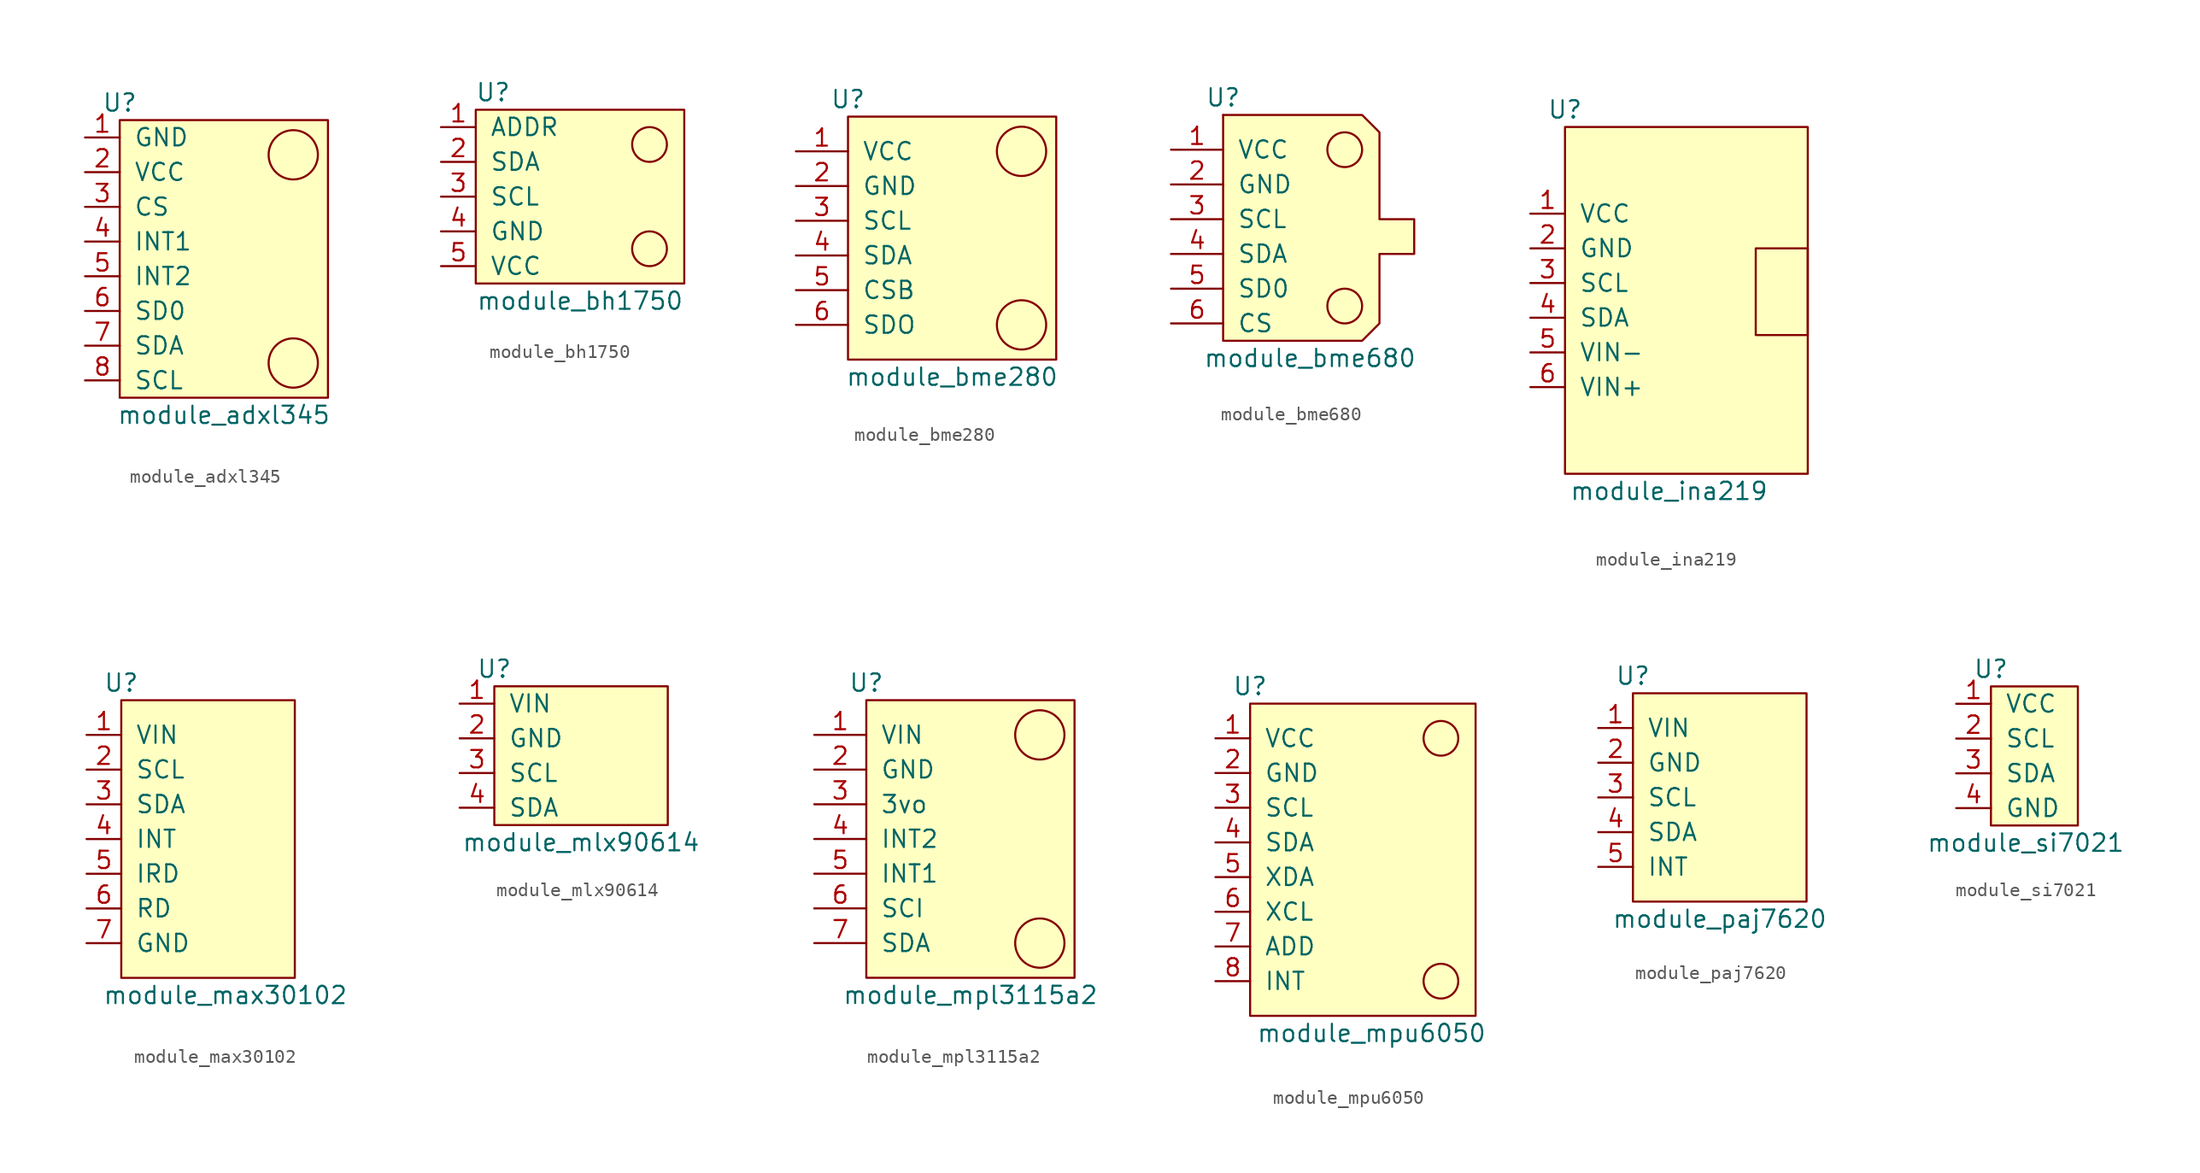
<source format=kicad_sym>
(kicad_symbol_lib
  (version 20231120)
  (generator "kicad_symbol_editor")
  (generator_version "8.0")
  (symbol "module_adxl345"
    (pin_names
      (offset 1.016))
    (property "Reference" "U"
      (at 2.54 13.97 0)
      (effects (font (size 1.27 1.27))))
    (property "Value" "module_adxl345"
      (at 10.16 -8.89 0)
      (effects (font (size 1.27 1.27))))
    (symbol "module_adxl345_0_1"
      (rectangle (start 2.54 12.7) (end 17.78 -7.62) (stroke (width 0) (type default)) (fill (type background)))
      (circle (center 15.24 -5.08) (radius 1.803) (stroke (width 0) (type default)) (fill (type none)))
      (circle (center 15.24 10.16) (radius 1.803) (stroke (width 0) (type default)) (fill (type none))))
    (symbol "module_adxl345_1_1"
      (pin input line (at 0 11.43 0) (length 2.54) (name "GND" (effects (font (size 1.27 1.27)))) (number "1" (effects (font (size 1.27 1.27)))))
      (pin input line (at 0 8.89 0) (length 2.54) (name "VCC" (effects (font (size 1.27 1.27)))) (number "2" (effects (font (size 1.27 1.27)))))
      (pin input line (at 0 6.35 0) (length 2.54) (name "CS" (effects (font (size 1.27 1.27)))) (number "3" (effects (font (size 1.27 1.27)))))
      (pin input line (at 0 3.81 0) (length 2.54) (name "INT1" (effects (font (size 1.27 1.27)))) (number "4" (effects (font (size 1.27 1.27)))))
      (pin input line (at 0 1.27 0) (length 2.54) (name "INT2" (effects (font (size 1.27 1.27)))) (number "5" (effects (font (size 1.27 1.27)))))
      (pin input line (at 0 -1.27 0) (length 2.54) (name "SD0" (effects (font (size 1.27 1.27)))) (number "6" (effects (font (size 1.27 1.27)))))
      (pin input line (at 0 -3.81 0) (length 2.54) (name "SDA" (effects (font (size 1.27 1.27)))) (number "7" (effects (font (size 1.27 1.27)))))
      (pin input line (at 0 -6.35 0) (length 2.54) (name "SCL" (effects (font (size 1.27 1.27)))) (number "8" (effects (font (size 1.27 1.27)))))))
  (symbol "module_bh1750"
    (pin_names
      (offset 1.016))
    (property "Reference" "U"
      (at 3.81 10.16 0)
      (effects (font (size 1.27 1.27))))
    (property "Value" "module_bh1750"
      (at 10.16 -5.08 0)
      (effects (font (size 1.27 1.27))))
    (symbol "module_bh1750_0_1"
      (rectangle (start 2.54 8.89) (end 17.78 -3.81) (stroke (width 0) (type default)) (fill (type background)))
      (circle (center 15.24 -1.27) (radius 1.27) (stroke (width 0) (type default)) (fill (type none)))
      (circle (center 15.24 6.35) (radius 1.27) (stroke (width 0) (type default)) (fill (type none))))
    (symbol "module_bh1750_1_1"
      (pin input line (at 0 7.62 0) (length 2.54) (name "ADDR" (effects (font (size 1.27 1.27)))) (number "1" (effects (font (size 1.27 1.27)))))
      (pin input line (at 0 5.08 0) (length 2.54) (name "SDA" (effects (font (size 1.27 1.27)))) (number "2" (effects (font (size 1.27 1.27)))))
      (pin input line (at 0 2.54 0) (length 2.54) (name "SCL" (effects (font (size 1.27 1.27)))) (number "3" (effects (font (size 1.27 1.27)))))
      (pin input line (at 0 0 0) (length 2.54) (name "GND" (effects (font (size 1.27 1.27)))) (number "4" (effects (font (size 1.27 1.27)))))
      (pin input line (at 0 -2.54 0) (length 2.54) (name "VCC" (effects (font (size 1.27 1.27)))) (number "5" (effects (font (size 1.27 1.27)))))))
  (symbol "module_bme280"
    (pin_names
      (offset 1.016))
    (property "Reference" "U"
      (at 3.81 11.43 0)
      (effects (font (size 1.27 1.27))))
    (property "Value" "module_bme280"
      (at 11.43 -8.89 0)
      (effects (font (size 1.27 1.27))))
    (symbol "module_bme280_0_1"
      (rectangle (start 3.81 -7.62) (end 19.05 10.16) (stroke (width 0) (type default)) (fill (type background)))
      (circle (center 16.51 -5.08) (radius 1.803) (stroke (width 0) (type default)) (fill (type none)))
      (circle (center 16.51 7.62) (radius 1.803) (stroke (width 0) (type default)) (fill (type none))))
    (symbol "module_bme280_1_1"
      (pin passive line (at 0 7.62 0) (length 3.81) (name "VCC" (effects (font (size 1.27 1.27)))) (number "1" (effects (font (size 1.27 1.27)))))
      (pin passive line (at 0 5.08 0) (length 3.81) (name "GND" (effects (font (size 1.27 1.27)))) (number "2" (effects (font (size 1.27 1.27)))))
      (pin passive line (at 0 2.54 0) (length 3.81) (name "SCL" (effects (font (size 1.27 1.27)))) (number "3" (effects (font (size 1.27 1.27)))))
      (pin passive line (at 0 0 0) (length 3.81) (name "SDA" (effects (font (size 1.27 1.27)))) (number "4" (effects (font (size 1.27 1.27)))))
      (pin passive line (at 0 -2.54 0) (length 3.81) (name "CSB" (effects (font (size 1.27 1.27)))) (number "5" (effects (font (size 1.27 1.27)))))
      (pin passive line (at 0 -5.08 0) (length 3.81) (name "SDO" (effects (font (size 1.27 1.27)))) (number "6" (effects (font (size 1.27 1.27)))))))
  (symbol "module_bme680"
    (pin_names
      (offset 1.016))
    (property "Reference" "U"
      (at 1.27 17.78 0)
      (effects (font (size 1.27 1.27))))
    (property "Value" "module_bme680"
      (at 7.62 -1.27 0)
      (effects (font (size 1.27 1.27))))
    (symbol "module_bme680_0_1"
      (polyline (pts (xy 1.27 16.51) (xy 1.27 16.51)) (stroke (width 0) (type default)) (fill (type none)))
      (polyline (pts (xy 1.27 13.97) (xy 1.27 16.51) (xy 11.43 16.51) (xy 12.7 15.24) (xy 12.7 8.89) (xy 15.24 8.89) (xy 15.24 6.35) (xy 12.7 6.35) (xy 12.7 1.27) (xy 11.43 0) (xy 1.27 0) (xy 1.27 13.97) (xy 1.27 16.51)) (stroke (width 0) (type default)) (fill (type background)))
      (circle (center 10.16 2.54) (radius 1.27) (stroke (width 0) (type default)) (fill (type none)))
      (circle (center 10.16 13.97) (radius 1.27) (stroke (width 0) (type default)) (fill (type none))))
    (symbol "module_bme680_1_1"
      (pin passive line (at -2.54 13.97 0) (length 3.81) (name "VCC" (effects (font (size 1.27 1.27)))) (number "1" (effects (font (size 1.27 1.27)))))
      (pin passive line (at -2.54 11.43 0) (length 3.81) (name "GND" (effects (font (size 1.27 1.27)))) (number "2" (effects (font (size 1.27 1.27)))))
      (pin passive line (at -2.54 8.89 0) (length 3.81) (name "SCL" (effects (font (size 1.27 1.27)))) (number "3" (effects (font (size 1.27 1.27)))))
      (pin passive line (at -2.54 6.35 0) (length 3.81) (name "SDA" (effects (font (size 1.27 1.27)))) (number "4" (effects (font (size 1.27 1.27)))))
      (pin passive line (at -2.54 3.81 0) (length 3.81) (name "SD0" (effects (font (size 1.27 1.27)))) (number "5" (effects (font (size 1.27 1.27)))))
      (pin passive line (at -2.54 1.27 0) (length 3.81) (name "CS" (effects (font (size 1.27 1.27)))) (number "6" (effects (font (size 1.27 1.27)))))))
  (symbol "module_ina219"
    (pin_names
      (offset 1.016))
    (property "Reference" "U"
      (at 2.54 12.7 0)
      (effects (font (size 1.27 1.27))))
    (property "Value" "module_ina219"
      (at 10.16 -15.24 0)
      (effects (font (size 1.27 1.27))))
    (symbol "module_ina219_0_1"
      (rectangle (start 2.54 11.43) (end 20.32 -13.97) (stroke (width 0) (type default)) (fill (type background)))
      (rectangle (start 20.32 2.54) (end 16.51 -3.81) (stroke (width 0) (type default)) (fill (type none))))
    (symbol "module_ina219_1_1"
      (pin input line (at 0 5.08 0) (length 2.54) (name "VCC" (effects (font (size 1.27 1.27)))) (number "1" (effects (font (size 1.27 1.27)))))
      (pin input line (at 0 2.54 0) (length 2.54) (name "GND" (effects (font (size 1.27 1.27)))) (number "2" (effects (font (size 1.27 1.27)))))
      (pin input line (at 0 0 0) (length 2.54) (name "SCL" (effects (font (size 1.27 1.27)))) (number "3" (effects (font (size 1.27 1.27)))))
      (pin input line (at 0 -2.54 0) (length 2.54) (name "SDA" (effects (font (size 1.27 1.27)))) (number "4" (effects (font (size 1.27 1.27)))))
      (pin input line (at 0 -5.08 0) (length 2.54) (name "VIN-" (effects (font (size 1.27 1.27)))) (number "5" (effects (font (size 1.27 1.27)))))
      (pin input line (at 0 -7.62 0) (length 2.54) (name "VIN+" (effects (font (size 1.27 1.27)))) (number "6" (effects (font (size 1.27 1.27)))))))
  (symbol "module_max30102"
    (pin_names
      (offset 1.016))
    (property "Reference" "U"
      (at 2.54 12.7 0)
      (effects (font (size 1.27 1.27))))
    (property "Value" "module_max30102"
      (at 10.16 -10.16 0)
      (effects (font (size 1.27 1.27))))
    (symbol "module_max30102_0_1"
      (rectangle (start 2.54 11.43) (end 15.24 -8.89) (stroke (width 0) (type default)) (fill (type background))))
    (symbol "module_max30102_1_1"
      (pin input line (at 0 8.89 0) (length 2.54) (name "VIN" (effects (font (size 1.27 1.27)))) (number "1" (effects (font (size 1.27 1.27)))))
      (pin input line (at 0 6.35 0) (length 2.54) (name "SCL" (effects (font (size 1.27 1.27)))) (number "2" (effects (font (size 1.27 1.27)))))
      (pin input line (at 0 3.81 0) (length 2.54) (name "SDA" (effects (font (size 1.27 1.27)))) (number "3" (effects (font (size 1.27 1.27)))))
      (pin input line (at 0 1.27 0) (length 2.54) (name "INT" (effects (font (size 1.27 1.27)))) (number "4" (effects (font (size 1.27 1.27)))))
      (pin input line (at 0 -1.27 0) (length 2.54) (name "IRD" (effects (font (size 1.27 1.27)))) (number "5" (effects (font (size 1.27 1.27)))))
      (pin input line (at 0 -3.81 0) (length 2.54) (name "RD" (effects (font (size 1.27 1.27)))) (number "6" (effects (font (size 1.27 1.27)))))
      (pin input line (at 0 -6.35 0) (length 2.54) (name "GND" (effects (font (size 1.27 1.27)))) (number "7" (effects (font (size 1.27 1.27)))))))
  (symbol "module_mlx90614"
    (pin_names
      (offset 1.016))
    (property "Reference" "U"
      (at 2.54 11.43 0)
      (effects (font (size 1.27 1.27))))
    (property "Value" "module_mlx90614"
      (at 8.89 -1.27 0)
      (effects (font (size 1.27 1.27))))
    (symbol "module_mlx90614_0_1"
      (rectangle (start 2.54 10.16) (end 15.24 0) (stroke (width 0) (type default)) (fill (type background))))
    (symbol "module_mlx90614_1_1"
      (pin input line (at 0 8.89 0) (length 2.54) (name "VIN" (effects (font (size 1.27 1.27)))) (number "1" (effects (font (size 1.27 1.27)))))
      (pin input line (at 0 6.35 0) (length 2.54) (name "GND" (effects (font (size 1.27 1.27)))) (number "2" (effects (font (size 1.27 1.27)))))
      (pin input line (at 0 3.81 0) (length 2.54) (name "SCL" (effects (font (size 1.27 1.27)))) (number "3" (effects (font (size 1.27 1.27)))))
      (pin input line (at 0 1.27 0) (length 2.54) (name "SDA" (effects (font (size 1.27 1.27)))) (number "4" (effects (font (size 1.27 1.27)))))))
  (symbol "module_mpl3115a2"
    (pin_names
      (offset 1.016))
    (property "Reference" "U"
      (at 3.81 12.7 0)
      (effects (font (size 1.27 1.27))))
    (property "Value" "module_mpl3115a2"
      (at 11.43 -10.16 0)
      (effects (font (size 1.27 1.27))))
    (symbol "module_mpl3115a2_0_1"
      (rectangle (start 3.81 11.43) (end 19.05 -8.89) (stroke (width 0) (type default)) (fill (type background)))
      (circle (center 16.51 -6.35) (radius 1.803) (stroke (width 0) (type default)) (fill (type none)))
      (circle (center 16.51 8.89) (radius 1.803) (stroke (width 0) (type default)) (fill (type none))))
    (symbol "module_mpl3115a2_1_1"
      (pin passive line (at 0 8.89 0) (length 3.81) (name "VIN" (effects (font (size 1.27 1.27)))) (number "1" (effects (font (size 1.27 1.27)))))
      (pin passive line (at 0 6.35 0) (length 3.81) (name "GND" (effects (font (size 1.27 1.27)))) (number "2" (effects (font (size 1.27 1.27)))))
      (pin passive line (at 0 3.81 0) (length 3.81) (name "3vo" (effects (font (size 1.27 1.27)))) (number "3" (effects (font (size 1.27 1.27)))))
      (pin passive line (at 0 1.27 0) (length 3.81) (name "INT2" (effects (font (size 1.27 1.27)))) (number "4" (effects (font (size 1.27 1.27)))))
      (pin passive line (at 0 -1.27 0) (length 3.81) (name "INT1" (effects (font (size 1.27 1.27)))) (number "5" (effects (font (size 1.27 1.27)))))
      (pin passive line (at 0 -3.81 0) (length 3.81) (name "SCI" (effects (font (size 1.27 1.27)))) (number "6" (effects (font (size 1.27 1.27)))))
      (pin passive line (at 0 -6.35 0) (length 3.81) (name "SDA" (effects (font (size 1.27 1.27)))) (number "7" (effects (font (size 1.27 1.27)))))))
  (symbol "module_mpu6050"
    (pin_names
      (offset 1.016))
    (property "Reference" "U"
      (at 2.54 21.59 0)
      (effects (font (size 1.27 1.27))))
    (property "Value" "module_mpu6050"
      (at 11.43 -3.81 0)
      (effects (font (size 1.27 1.27))))
    (symbol "module_mpu6050_0_1"
      (rectangle (start 2.54 20.32) (end 19.05 -2.54) (stroke (width 0) (type default)) (fill (type background)))
      (circle (center 16.51 0) (radius 1.27) (stroke (width 0) (type default)) (fill (type none)))
      (circle (center 16.51 17.78) (radius 1.27) (stroke (width 0) (type default)) (fill (type none))))
    (symbol "module_mpu6050_1_1"
      (pin input line (at 0 17.78 0) (length 2.54) (name "VCC" (effects (font (size 1.27 1.27)))) (number "1" (effects (font (size 1.27 1.27)))))
      (pin input line (at 0 15.24 0) (length 2.54) (name "GND" (effects (font (size 1.27 1.27)))) (number "2" (effects (font (size 1.27 1.27)))))
      (pin input line (at 0 12.7 0) (length 2.54) (name "SCL" (effects (font (size 1.27 1.27)))) (number "3" (effects (font (size 1.27 1.27)))))
      (pin input line (at 0 10.16 0) (length 2.54) (name "SDA" (effects (font (size 1.27 1.27)))) (number "4" (effects (font (size 1.27 1.27)))))
      (pin input line (at 0 7.62 0) (length 2.54) (name "XDA" (effects (font (size 1.27 1.27)))) (number "5" (effects (font (size 1.27 1.27)))))
      (pin input line (at 0 5.08 0) (length 2.54) (name "XCL" (effects (font (size 1.27 1.27)))) (number "6" (effects (font (size 1.27 1.27)))))
      (pin input line (at 0 2.54 0) (length 2.54) (name "ADD" (effects (font (size 1.27 1.27)))) (number "7" (effects (font (size 1.27 1.27)))))
      (pin input line (at 0 0 0) (length 2.54) (name "INT" (effects (font (size 1.27 1.27)))) (number "8" (effects (font (size 1.27 1.27)))))))
  (symbol "module_paj7620"
    (pin_names
      (offset 1.016))
    (property "Reference" "U"
      (at 2.54 13.97 0)
      (effects (font (size 1.27 1.27))))
    (property "Value" "module_paj7620"
      (at 8.89 -3.81 0)
      (effects (font (size 1.27 1.27))))
    (symbol "module_paj7620_0_1"
      (rectangle (start 2.54 12.7) (end 15.24 -2.54) (stroke (width 0) (type default)) (fill (type background))))
    (symbol "module_paj7620_1_1"
      (pin input line (at 0 10.16 0) (length 2.54) (name "VIN" (effects (font (size 1.27 1.27)))) (number "1" (effects (font (size 1.27 1.27)))))
      (pin input line (at 0 7.62 0) (length 2.54) (name "GND" (effects (font (size 1.27 1.27)))) (number "2" (effects (font (size 1.27 1.27)))))
      (pin input line (at 0 5.08 0) (length 2.54) (name "SCL" (effects (font (size 1.27 1.27)))) (number "3" (effects (font (size 1.27 1.27)))))
      (pin input line (at 0 2.54 0) (length 2.54) (name "SDA" (effects (font (size 1.27 1.27)))) (number "4" (effects (font (size 1.27 1.27)))))
      (pin input line (at 0 0 0) (length 2.54) (name "INT" (effects (font (size 1.27 1.27)))) (number "5" (effects (font (size 1.27 1.27)))))))
  (symbol "module_si7021"
    (pin_names
      (offset 1.016))
    (property "Reference" "U"
      (at 2.54 13.97 0)
      (effects (font (size 1.27 1.27))))
    (property "Value" "module_si7021"
      (at 5.08 1.27 0)
      (effects (font (size 1.27 1.27))))
    (symbol "module_si7021_0_1"
      (rectangle (start 2.54 12.7) (end 8.89 2.54) (stroke (width 0) (type default)) (fill (type background))))
    (symbol "module_si7021_1_1"
      (pin input line (at 0 11.43 0) (length 2.54) (name "VCC" (effects (font (size 1.27 1.27)))) (number "1" (effects (font (size 1.27 1.27)))))
      (pin input line (at 0 8.89 0) (length 2.54) (name "SCL" (effects (font (size 1.27 1.27)))) (number "2" (effects (font (size 1.27 1.27)))))
      (pin input line (at 0 6.35 0) (length 2.54) (name "SDA" (effects (font (size 1.27 1.27)))) (number "3" (effects (font (size 1.27 1.27)))))
      (pin input line (at 0 3.81 0) (length 2.54) (name "GND" (effects (font (size 1.27 1.27)))) (number "4" (effects (font (size 1.27 1.27))))))))
</source>
